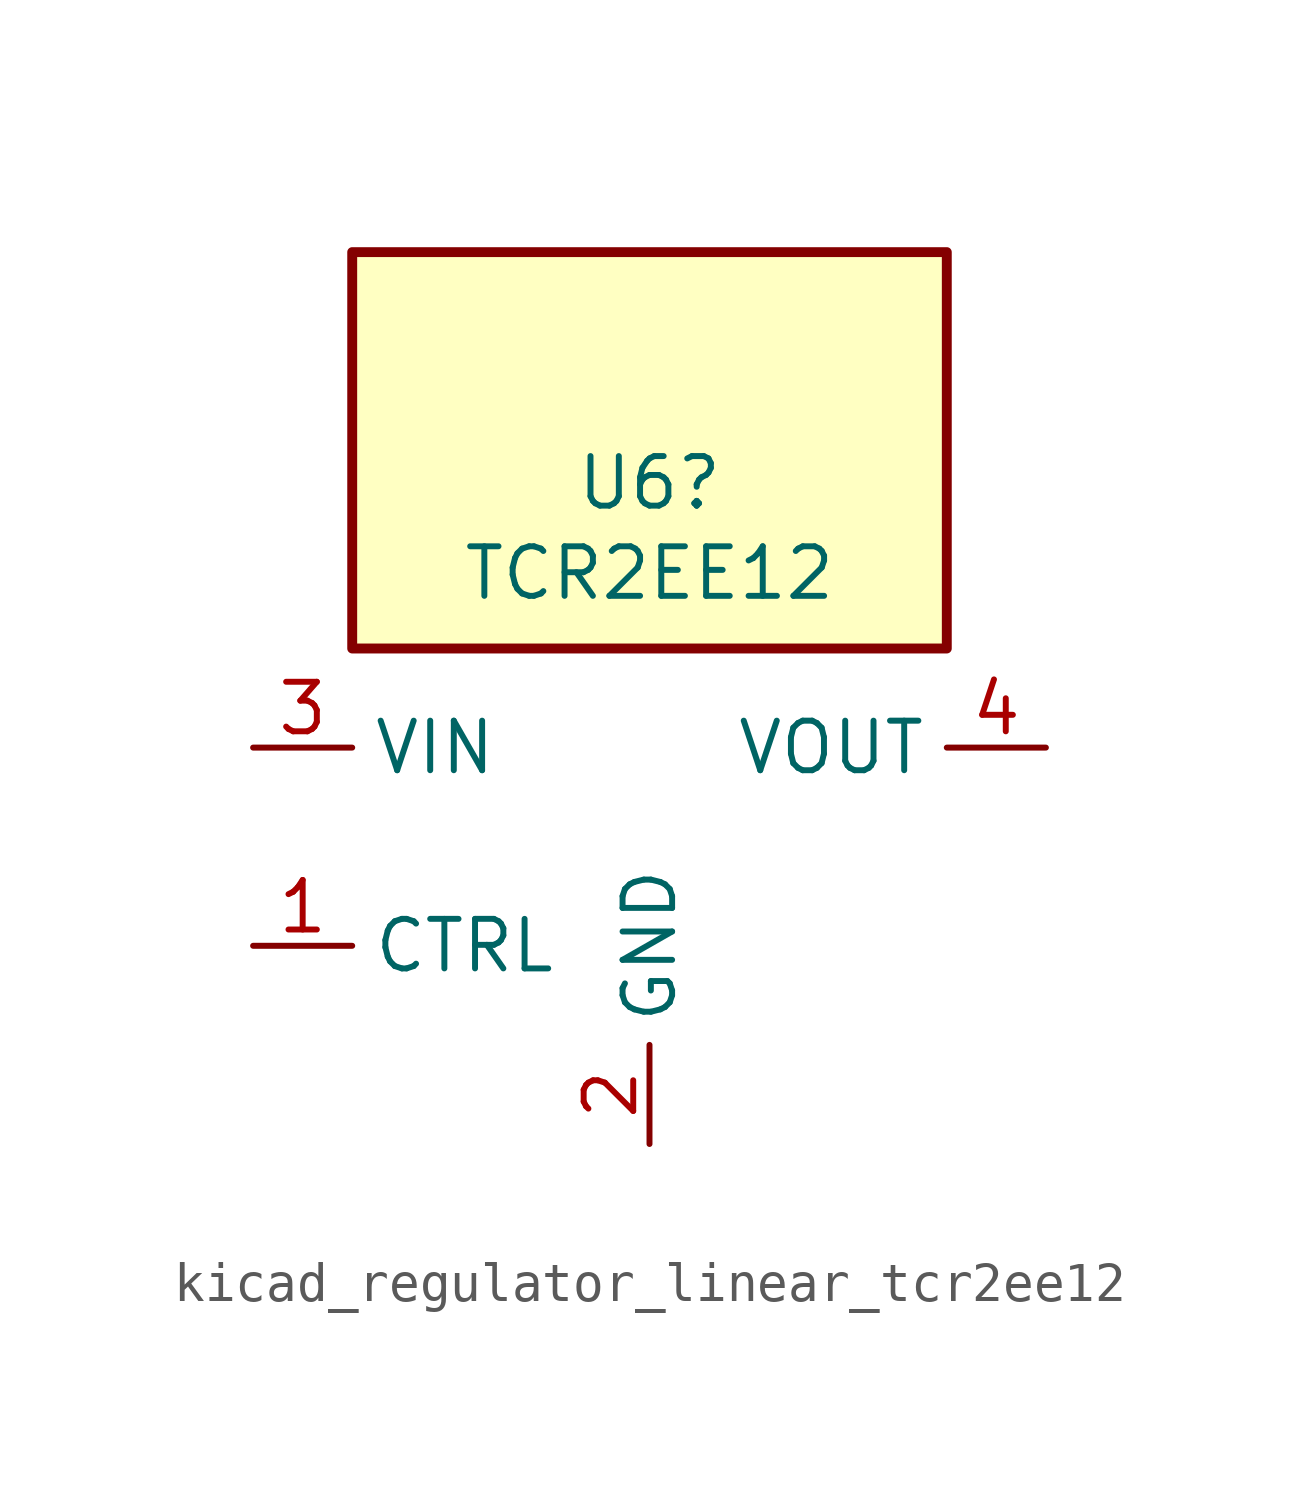
<source format=kicad_sym>
(kicad_symbol_lib
  (version 20220914)
  (generator kicad_symbol_editor)
  (symbol "kicad_regulator_linear_tcr2ee12"
    (property "Reference" "U6"
      (at 0 9.322 0)
      (effects (font (size 1.27 1.27))))
    (property "Value" "TCR2EE12"
      (at 0 7.01 0)
      (effects (font (size 1.27 1.27))))
    (symbol "kicad_regulator_linear_tcr2ee12_0_1"
      (rectangle (start 7.62 15.24) (end -7.62 5.08) (stroke (width 0.254) (type default)) (fill (type background))))
    (symbol "kicad_regulator_linear_tcr2ee12_1_1"
      (pin input line (at -10.16 -2.54 0) (length 2.54) (name "CTRL" (effects (font (size 1.27 1.27)))) (number "1" (effects (font (size 1.27 1.27)))))
      (pin power_in line (at 0 -7.62 90) (length 2.54) (name "GND" (effects (font (size 1.27 1.27)))) (number "2" (effects (font (size 1.27 1.27)))))
      (pin power_in line (at -10.16 2.54 0) (length 2.54) (name "VIN" (effects (font (size 1.27 1.27)))) (number "3" (effects (font (size 1.27 1.27)))))
      (pin power_out line (at 10.16 2.54 180) (length 2.54) (name "VOUT" (effects (font (size 1.27 1.27)))) (number "4" (effects (font (size 1.27 1.27)))))
      (pin no_connect line (at 7.62 -2.54 180) (length 2.54) hide (name "NC" (effects (font (size 1.27 1.27)))) (number "5" (effects (font (size 1.27 1.27))))))))
</source>
